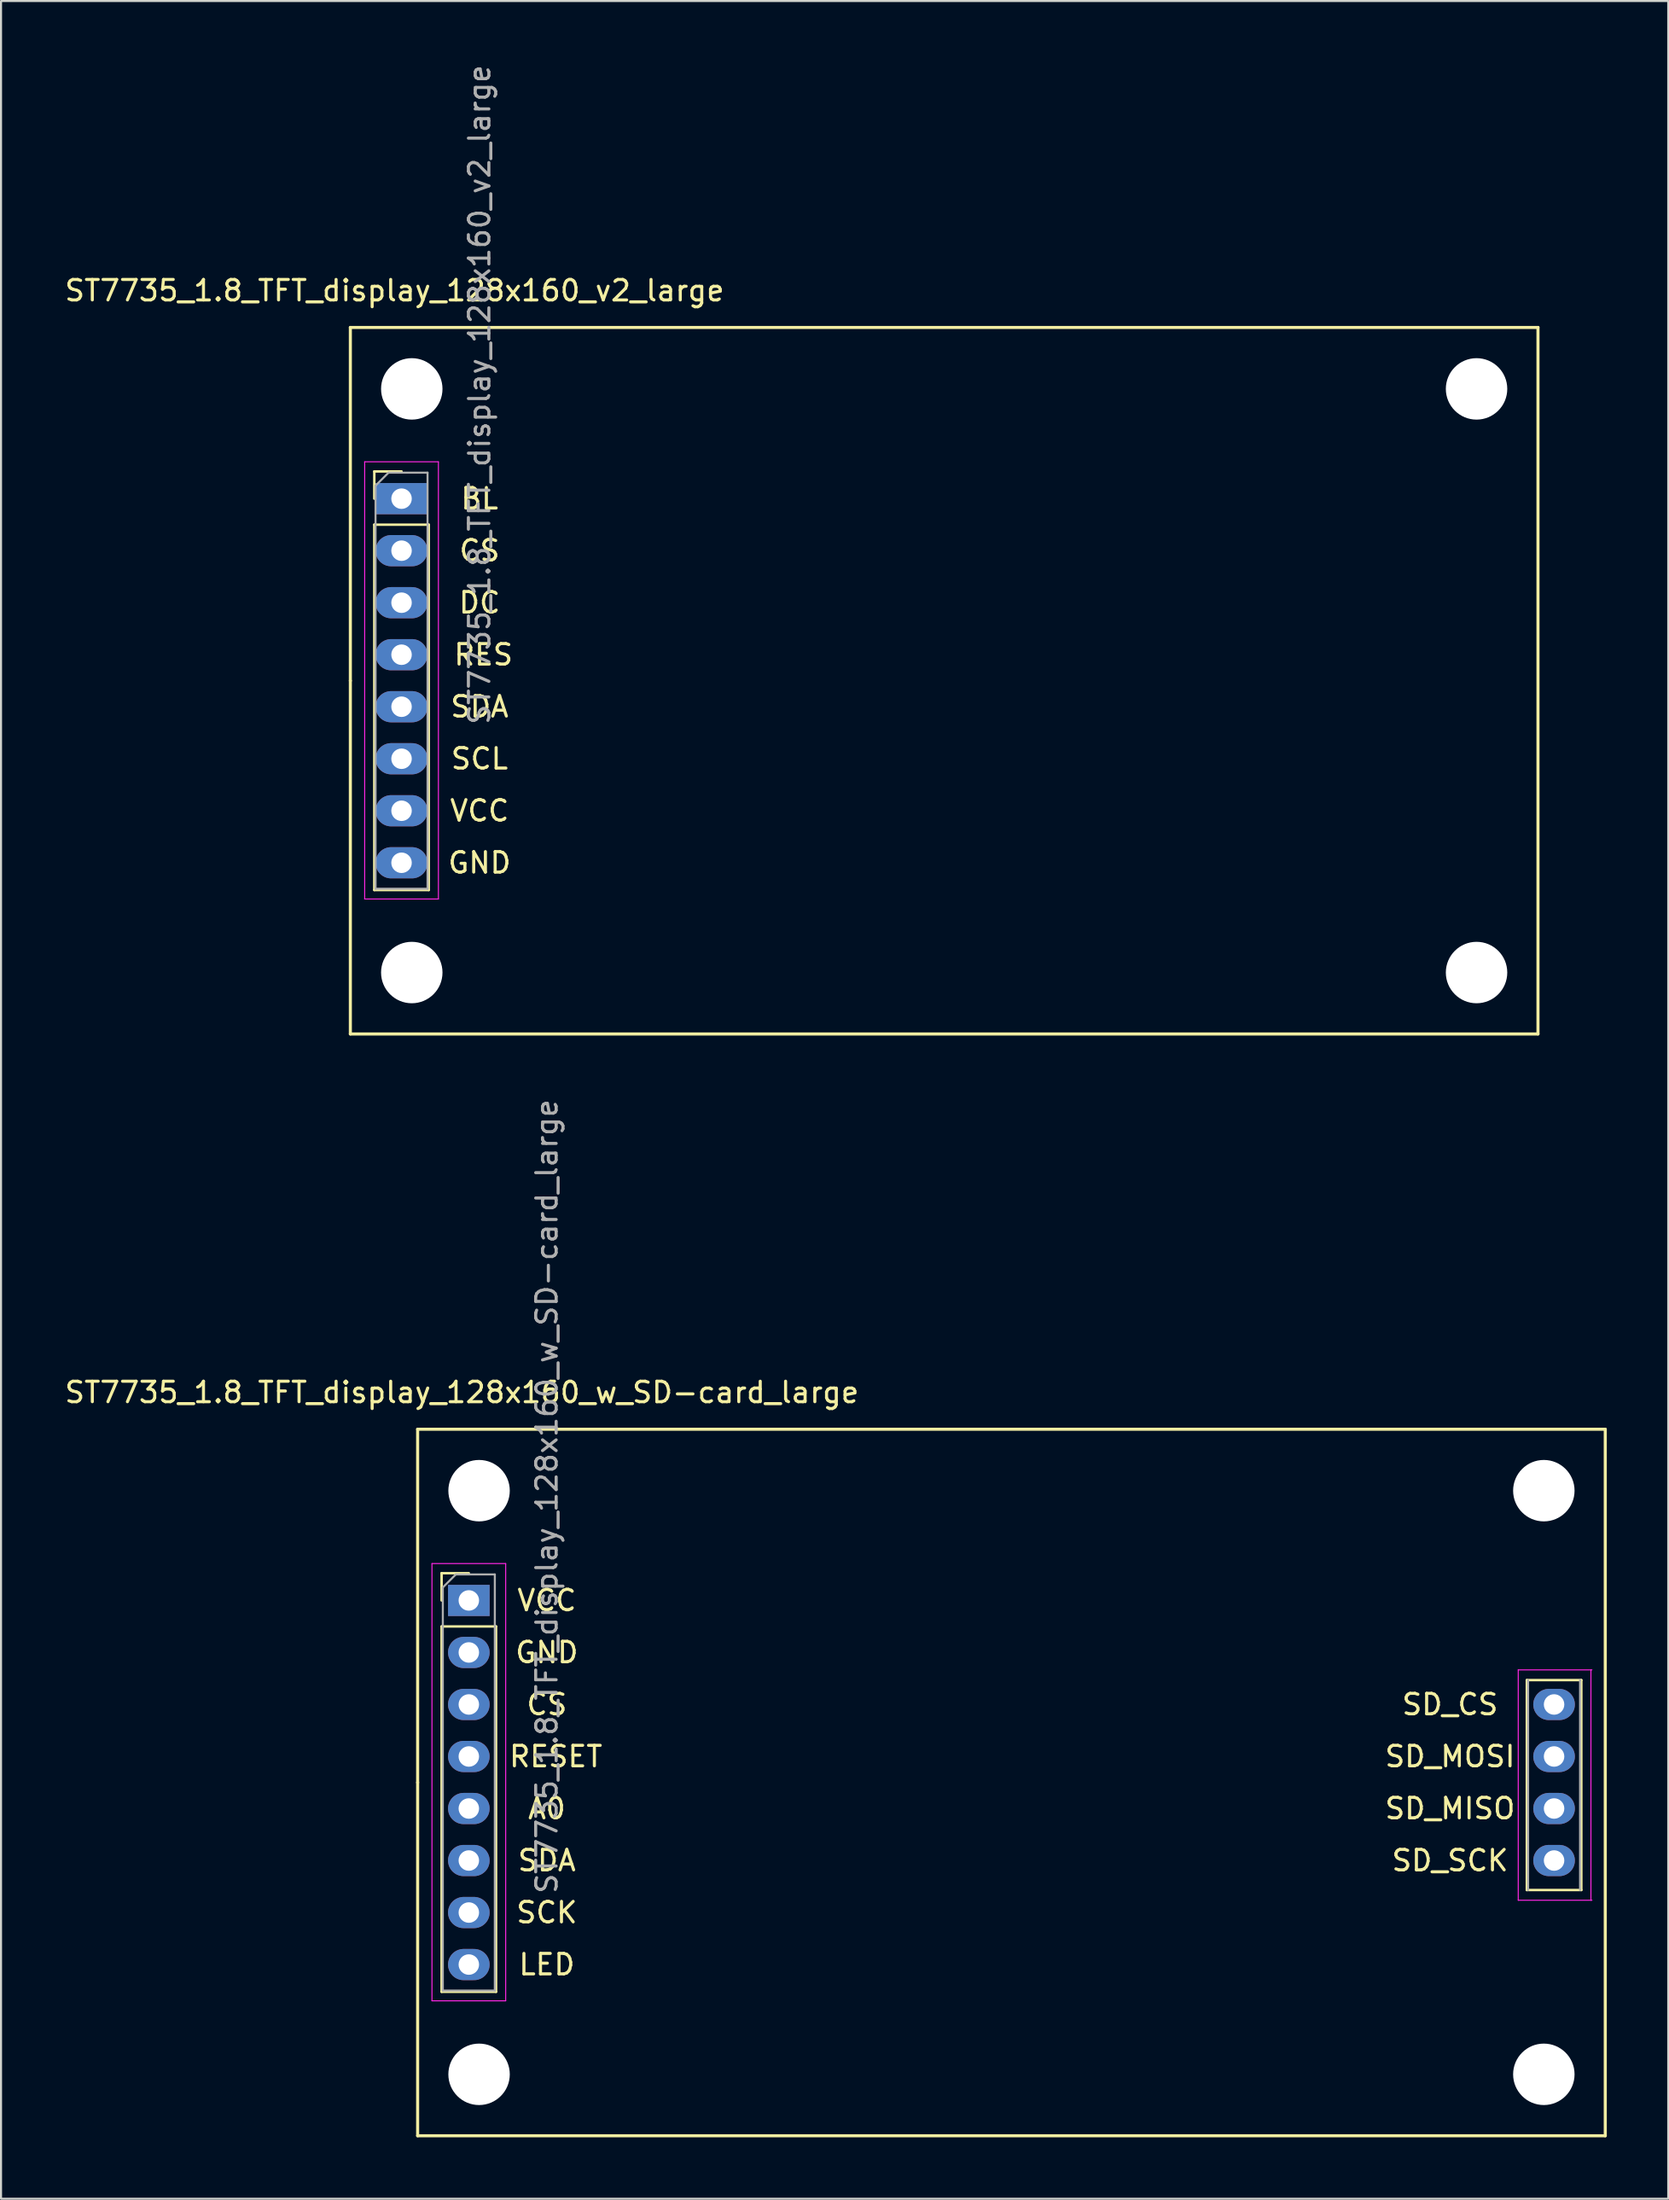
<source format=kicad_pcb>
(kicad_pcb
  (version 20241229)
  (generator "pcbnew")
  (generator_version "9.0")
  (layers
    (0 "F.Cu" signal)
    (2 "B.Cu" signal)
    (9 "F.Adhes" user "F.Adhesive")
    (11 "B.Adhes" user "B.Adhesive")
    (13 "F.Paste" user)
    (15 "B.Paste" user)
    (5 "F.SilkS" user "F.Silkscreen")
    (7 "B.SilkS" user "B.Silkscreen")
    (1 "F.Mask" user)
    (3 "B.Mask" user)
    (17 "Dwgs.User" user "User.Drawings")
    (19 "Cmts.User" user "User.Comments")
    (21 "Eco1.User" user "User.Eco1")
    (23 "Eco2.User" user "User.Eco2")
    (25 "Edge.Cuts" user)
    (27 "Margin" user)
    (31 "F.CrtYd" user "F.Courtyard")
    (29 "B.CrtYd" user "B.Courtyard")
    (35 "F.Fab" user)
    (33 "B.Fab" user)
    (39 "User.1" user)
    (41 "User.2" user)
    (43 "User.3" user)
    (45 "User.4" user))
  (footprint "ST7735_1.8_TFT_display_128x160_v2_large"
    (layer "F.Cu")
    (at 16.56 21.3)
    (property "Reference" "ST7735_1.8_TFT_display_128x160_v2_large" (at -0.34 -10.16 0) (layer "F.SilkS") (effects (font (size 1 1) (thickness 0.15))))
    (attr through_hole)
    (fp_line (start -2.5 8.89) (end -2.5 -8.36) (stroke (width 0.15) (type solid)) (layer "F.SilkS"))
    (fp_line (start -2.5 8.89) (end -2.5 26.14) (stroke (width 0.15) (type solid)) (layer "F.SilkS"))
    (fp_line (start -2.5 26.14) (end 55.5 26.14) (stroke (width 0.15) (type solid)) (layer "F.SilkS"))
    (fp_line (start -1.33 -1.33) (end 0 -1.33) (stroke (width 0.12) (type solid)) (layer "F.SilkS"))
    (fp_line (start -1.33 0) (end -1.33 -1.33) (stroke (width 0.12) (type solid)) (layer "F.SilkS"))
    (fp_line (start -1.33 1.27) (end -1.33 19.11) (stroke (width 0.12) (type solid)) (layer "F.SilkS"))
    (fp_line (start -1.33 1.27) (end 1.33 1.27) (stroke (width 0.12) (type solid)) (layer "F.SilkS"))
    (fp_line (start -1.33 19.11) (end 1.33 19.11) (stroke (width 0.12) (type solid)) (layer "F.SilkS"))
    (fp_line (start 1.33 1.27) (end 1.33 19.11) (stroke (width 0.12) (type solid)) (layer "F.SilkS"))
    (fp_line (start 55.5 -8.36) (end -2.5 -8.36) (stroke (width 0.15) (type solid)) (layer "F.SilkS"))
    (fp_line (start 55.5 26.14) (end 55.5 -8.36) (stroke (width 0.15) (type solid)) (layer "F.SilkS"))
    (fp_line (start -1.8 -1.8) (end -1.8 19.55) (stroke (width 0.05) (type solid)) (layer "F.CrtYd"))
    (fp_line (start -1.8 19.55) (end 1.8 19.55) (stroke (width 0.05) (type solid)) (layer "F.CrtYd"))
    (fp_line (start 1.8 -1.8) (end -1.8 -1.8) (stroke (width 0.05) (type solid)) (layer "F.CrtYd"))
    (fp_line (start 1.8 19.55) (end 1.8 -1.8) (stroke (width 0.05) (type solid)) (layer "F.CrtYd"))
    (fp_line (start -1.27 -0.635) (end -0.635 -1.27) (stroke (width 0.1) (type solid)) (layer "F.Fab"))
    (fp_line (start -1.27 19.05) (end -1.27 -0.635) (stroke (width 0.1) (type solid)) (layer "F.Fab"))
    (fp_line (start -0.635 -1.27) (end 1.27 -1.27) (stroke (width 0.1) (type solid)) (layer "F.Fab"))
    (fp_line (start 1.27 -1.27) (end 1.27 19.05) (stroke (width 0.1) (type solid)) (layer "F.Fab"))
    (fp_line (start 1.27 19.05) (end -1.27 19.05) (stroke (width 0.1) (type solid)) (layer "F.Fab"))
    (fp_text user "BL" (at 3.81 0 0) (layer "F.SilkS") (effects (font (size 1 1) (thickness 0.15))))
    (fp_text user "SDA" (at 3.81 10.16 0) (layer "F.SilkS") (effects (font (size 1 1) (thickness 0.15))))
    (fp_text user "DC" (at 3.81 5.08 0) (layer "F.SilkS") (effects (font (size 1 1) (thickness 0.15))))
    (fp_text user "GND" (at 3.81 17.78 0) (layer "F.SilkS") (effects (font (size 1 1) (thickness 0.15))))
    (fp_text user "VCC" (at 3.81 15.24 0) (layer "F.SilkS") (effects (font (size 1 1) (thickness 0.15))))
    (fp_text user "SCL" (at 3.81 12.7 0) (layer "F.SilkS") (effects (font (size 1 1) (thickness 0.15))))
    (fp_text user "CS" (at 3.81 2.54 0) (layer "F.SilkS") (effects (font (size 1 1) (thickness 0.15))))
    (fp_text user "RES" (at 4 7.62 0) (layer "F.SilkS") (effects (font (size 1 1) (thickness 0.15))))
    (fp_text user "${REFERENCE}" (at 3.81 -5.08 90) (layer "F.Fab") (effects (font (size 1 1) (thickness 0.15))))
    (pad "" np_thru_hole circle (at 0.5 -5.36) (size 3 3) (drill 3) (layers "*.Cu" "*.Mask"))
    (pad "" np_thru_hole circle (at 0.5 23.14) (size 3 3) (drill 3) (layers "*.Cu" "*.Mask"))
    (pad "" np_thru_hole circle (at 52.5 -5.36) (size 3 3) (drill 3) (layers "*.Cu" "*.Mask"))
    (pad "" np_thru_hole circle (at 52.5 23.14) (size 3 3) (drill 3) (layers "*.Cu" "*.Mask"))
    (pad "1" thru_hole rect (at 0 0) (size 2.54 1.524) (drill 1) (layers "*.Cu" "*.Mask"))
    (pad "2" thru_hole oval (at 0 2.54) (size 2.54 1.524) (drill 1) (layers "*.Cu" "*.Mask"))
    (pad "3" thru_hole oval (at 0 5.08) (size 2.54 1.524) (drill 1) (layers "*.Cu" "*.Mask"))
    (pad "4" thru_hole oval (at 0 7.62) (size 2.54 1.524) (drill 1) (layers "*.Cu" "*.Mask"))
    (pad "5" thru_hole oval (at 0 10.16) (size 2.54 1.524) (drill 1) (layers "*.Cu" "*.Mask"))
    (pad "6" thru_hole oval (at 0 12.7) (size 2.54 1.524) (drill 1) (layers "*.Cu" "*.Mask"))
    (pad "7" thru_hole oval (at 0 15.24) (size 2.54 1.524) (drill 1) (layers "*.Cu" "*.Mask"))
    (pad "8" thru_hole oval (at 0 17.78) (size 2.54 1.524) (drill 1) (layers "*.Cu" "*.Mask")))
  (footprint "ST7735_1.8_TFT_display_128x160_w_SD-card_large"
    (layer "F.Cu")
    (at 19.846 75.101)
    (property "Reference" "ST7735_1.8_TFT_display_128x160_w_SD-card_large" (at -0.34 -10.16 0) (layer "F.SilkS") (effects (font (size 1 1) (thickness 0.15))))
    (attr through_hole)
    (fp_line (start -2.5 8.89) (end -2.5 -8.36) (stroke (width 0.15) (type solid)) (layer "F.SilkS"))
    (fp_line (start -2.5 8.89) (end -2.5 26.14) (stroke (width 0.15) (type solid)) (layer "F.SilkS"))
    (fp_line (start -2.5 26.14) (end 55.5 26.14) (stroke (width 0.15) (type solid)) (layer "F.SilkS"))
    (fp_line (start -1.33 -1.33) (end 0 -1.33) (stroke (width 0.12) (type solid)) (layer "F.SilkS"))
    (fp_line (start -1.33 0) (end -1.33 -1.33) (stroke (width 0.12) (type solid)) (layer "F.SilkS"))
    (fp_line (start -1.33 1.27) (end -1.33 19.11) (stroke (width 0.12) (type solid)) (layer "F.SilkS"))
    (fp_line (start -1.33 1.27) (end 1.33 1.27) (stroke (width 0.12) (type solid)) (layer "F.SilkS"))
    (fp_line (start -1.33 19.11) (end 1.33 19.11) (stroke (width 0.12) (type solid)) (layer "F.SilkS"))
    (fp_line (start 1.33 1.27) (end 1.33 19.11) (stroke (width 0.12) (type solid)) (layer "F.SilkS"))
    (fp_line (start 51.67 3.89) (end 51.67 14.14) (stroke (width 0.12) (type solid)) (layer "F.SilkS"))
    (fp_line (start 51.67 3.89) (end 54.33 3.89) (stroke (width 0.12) (type solid)) (layer "F.SilkS"))
    (fp_line (start 51.67 14.14) (end 54.33 14.14) (stroke (width 0.12) (type solid)) (layer "F.SilkS"))
    (fp_line (start 54.33 3.89) (end 54.33 14.14) (stroke (width 0.12) (type solid)) (layer "F.SilkS"))
    (fp_line (start 55.5 -8.36) (end -2.5 -8.36) (stroke (width 0.15) (type solid)) (layer "F.SilkS"))
    (fp_line (start 55.5 26.14) (end 55.5 -8.36) (stroke (width 0.15) (type solid)) (layer "F.SilkS"))
    (fp_line (start -1.8 -1.8) (end -1.8 19.55) (stroke (width 0.05) (type solid)) (layer "F.CrtYd"))
    (fp_line (start -1.8 19.55) (end 1.8 19.55) (stroke (width 0.05) (type solid)) (layer "F.CrtYd"))
    (fp_line (start 1.8 -1.8) (end -1.8 -1.8) (stroke (width 0.05) (type solid)) (layer "F.CrtYd"))
    (fp_line (start 1.8 19.55) (end 1.8 -1.8) (stroke (width 0.05) (type solid)) (layer "F.CrtYd"))
    (fp_line (start 51.25 14.64) (end 51.25 3.39) (stroke (width 0.05) (type solid)) (layer "F.CrtYd"))
    (fp_line (start 54.8 14.64) (end 54.8 3.39) (stroke (width 0.05) (type solid)) (layer "F.CrtYd"))
    (fp_line (start 54.85 3.39) (end 51.25 3.39) (stroke (width 0.05) (type solid)) (layer "F.CrtYd"))
    (fp_line (start 54.85 14.64) (end 51.25 14.64) (stroke (width 0.05) (type solid)) (layer "F.CrtYd"))
    (fp_line (start -1.27 -0.635) (end -0.635 -1.27) (stroke (width 0.1) (type solid)) (layer "F.Fab"))
    (fp_line (start -1.27 19.05) (end -1.27 -0.635) (stroke (width 0.1) (type solid)) (layer "F.Fab"))
    (fp_line (start -0.635 -1.27) (end 1.27 -1.27) (stroke (width 0.1) (type solid)) (layer "F.Fab"))
    (fp_line (start 1.27 -1.27) (end 1.27 19.05) (stroke (width 0.1) (type solid)) (layer "F.Fab"))
    (fp_line (start 1.27 19.05) (end -1.27 19.05) (stroke (width 0.1) (type solid)) (layer "F.Fab"))
    (fp_line (start 51.73 14.14) (end 51.73 3.89) (stroke (width 0.1) (type solid)) (layer "F.Fab"))
    (fp_line (start 54.27 3.89) (end 54.27 14.14) (stroke (width 0.1) (type solid)) (layer "F.Fab"))
    (fp_text user "LED" (at 3.81 17.78 0) (layer "F.SilkS") (effects (font (size 1 1) (thickness 0.15))))
    (fp_text user "GND" (at 3.81 2.54 0) (layer "F.SilkS") (effects (font (size 1 1) (thickness 0.15))))
    (fp_text user "A0" (at 3.81 10.16 0) (layer "F.SilkS") (effects (font (size 1 1) (thickness 0.15))))
    (fp_text user "RESET" (at 4.25 7.62 0) (layer "F.SilkS") (effects (font (size 1 1) (thickness 0.15))))
    (fp_text user "CS" (at 3.81 5.08 0) (layer "F.SilkS") (effects (font (size 1 1) (thickness 0.15))))
    (fp_text user "SD_MOSI" (at 47.92 7.62 0) (layer "F.SilkS") (effects (font (size 1 1) (thickness 0.15))))
    (fp_text user "SD_MISO" (at 47.92 10.16 0) (layer "F.SilkS") (effects (font (size 1 1) (thickness 0.15))))
    (fp_text user "SDA" (at 3.81 12.7 0) (layer "F.SilkS") (effects (font (size 1 1) (thickness 0.15))))
    (fp_text user "SD_CS" (at 47.92 5.08 0) (layer "F.SilkS") (effects (font (size 1 1) (thickness 0.15))))
    (fp_text user "SCK" (at 3.81 15.24 0) (layer "F.SilkS") (effects (font (size 1 1) (thickness 0.15))))
    (fp_text user "VCC" (at 3.81 0 0) (layer "F.SilkS") (effects (font (size 1 1) (thickness 0.15))))
    (fp_text user "SD_SCK" (at 47.92 12.7 0) (layer "F.SilkS") (effects (font (size 1 1) (thickness 0.15))))
    (fp_text user "${REFERENCE}" (at 3.81 -5.08 90) (layer "F.Fab") (effects (font (size 1 1) (thickness 0.15))))
    (pad "" np_thru_hole circle (at 0.5 -5.36) (size 3 3) (drill 3) (layers "*.Cu" "*.Mask"))
    (pad "" np_thru_hole circle (at 0.5 23.14) (size 3 3) (drill 3) (layers "*.Cu" "*.Mask"))
    (pad "" np_thru_hole circle (at 52.5 -5.36) (size 3 3) (drill 3) (layers "*.Cu" "*.Mask"))
    (pad "" np_thru_hole circle (at 52.5 23.14) (size 3 3) (drill 3) (layers "*.Cu" "*.Mask"))
    (pad "1" thru_hole rect (at 0 0) (size 2.032 1.524) (drill 1) (layers "*.Cu" "*.Mask"))
    (pad "2" thru_hole oval (at 0 2.54) (size 2.032 1.524) (drill 1) (layers "*.Cu" "*.Mask"))
    (pad "3" thru_hole oval (at 0 5.08) (size 2.032 1.524) (drill 1) (layers "*.Cu" "*.Mask"))
    (pad "4" thru_hole oval (at 0 7.62) (size 2.032 1.524) (drill 1) (layers "*.Cu" "*.Mask"))
    (pad "5" thru_hole oval (at 0 10.16) (size 2.032 1.524) (drill 1) (layers "*.Cu" "*.Mask"))
    (pad "6" thru_hole oval (at 0 12.7) (size 2.032 1.524) (drill 1) (layers "*.Cu" "*.Mask"))
    (pad "7" thru_hole oval (at 0 15.24) (size 2.032 1.524) (drill 1) (layers "*.Cu" "*.Mask"))
    (pad "8" thru_hole oval (at 0 17.78) (size 2.032 1.524) (drill 1) (layers "*.Cu" "*.Mask"))
    (pad "9" thru_hole oval (at 53 5.08) (size 2.032 1.524) (drill 1) (layers "*.Cu" "*.Mask"))
    (pad "10" thru_hole oval (at 53 7.62) (size 2.032 1.524) (drill 1) (layers "*.Cu" "*.Mask"))
    (pad "11" thru_hole oval (at 53 10.16) (size 2.032 1.524) (drill 1) (layers "*.Cu" "*.Mask"))
    (pad "12" thru_hole oval (at 53 12.7) (size 2.032 1.524) (drill 1) (layers "*.Cu" "*.Mask")))
  (gr_rect
    (start -3 -3)
    (end 78.421 104.316)
    (stroke (width 0.1) (type default))
    (fill no)
    (layer "Edge.Cuts")))
</source>
